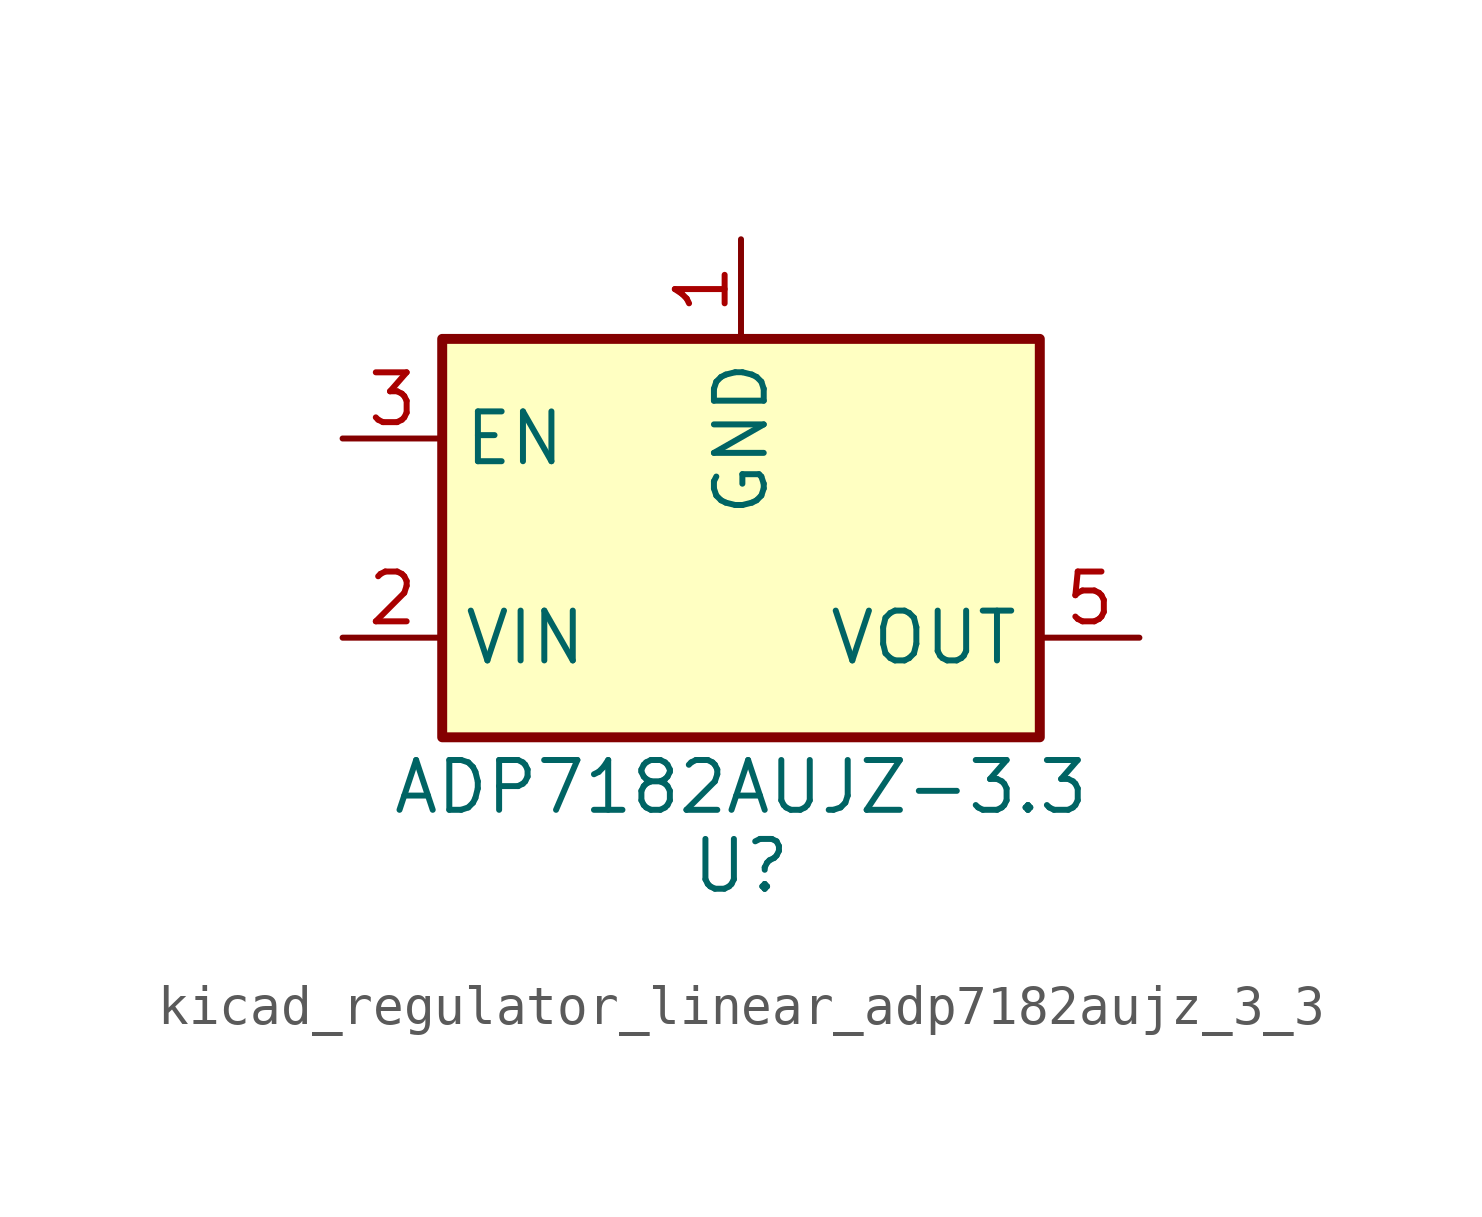
<source format=kicad_sym>
(kicad_symbol_lib
  (version 20220914)
  (generator kicad_symbol_editor)
  (symbol "kicad_regulator_linear_adp7182aujz_3_3"
    (property "Reference" "U"
      (at 0 -7.62 0)
      (effects (font (size 1.27 1.27)) (justify top)))
    (property "Value" "ADP7182AUJZ-3.3"
      (at 0 -6.35 0)
      (effects (font (size 1.27 1.27))))
    (symbol "kicad_regulator_linear_adp7182aujz_3_3_0_1"
      (rectangle (start -7.62 5.08) (end 7.62 -5.08) (stroke (width 0.254) (type default)) (fill (type background))))
    (symbol "kicad_regulator_linear_adp7182aujz_3_3_1_1"
      (pin power_in line (at 0 7.62 270) (length 2.54) (name "GND" (effects (font (size 1.27 1.27)))) (number "1" (effects (font (size 1.27 1.27)))))
      (pin power_in line (at -10.16 -2.54 0) (length 2.54) (name "VIN" (effects (font (size 1.27 1.27)))) (number "2" (effects (font (size 1.27 1.27)))))
      (pin input line (at -10.16 2.54 0) (length 2.54) (name "EN" (effects (font (size 1.27 1.27)))) (number "3" (effects (font (size 1.27 1.27)))))
      (pin no_connect line (at 7.62 0 180) (length 2.54) hide (name "NC" (effects (font (size 1.27 1.27)))) (number "4" (effects (font (size 1.27 1.27)))))
      (pin power_out line (at 10.16 -2.54 180) (length 2.54) (name "VOUT" (effects (font (size 1.27 1.27)))) (number "5" (effects (font (size 1.27 1.27))))))))
</source>
